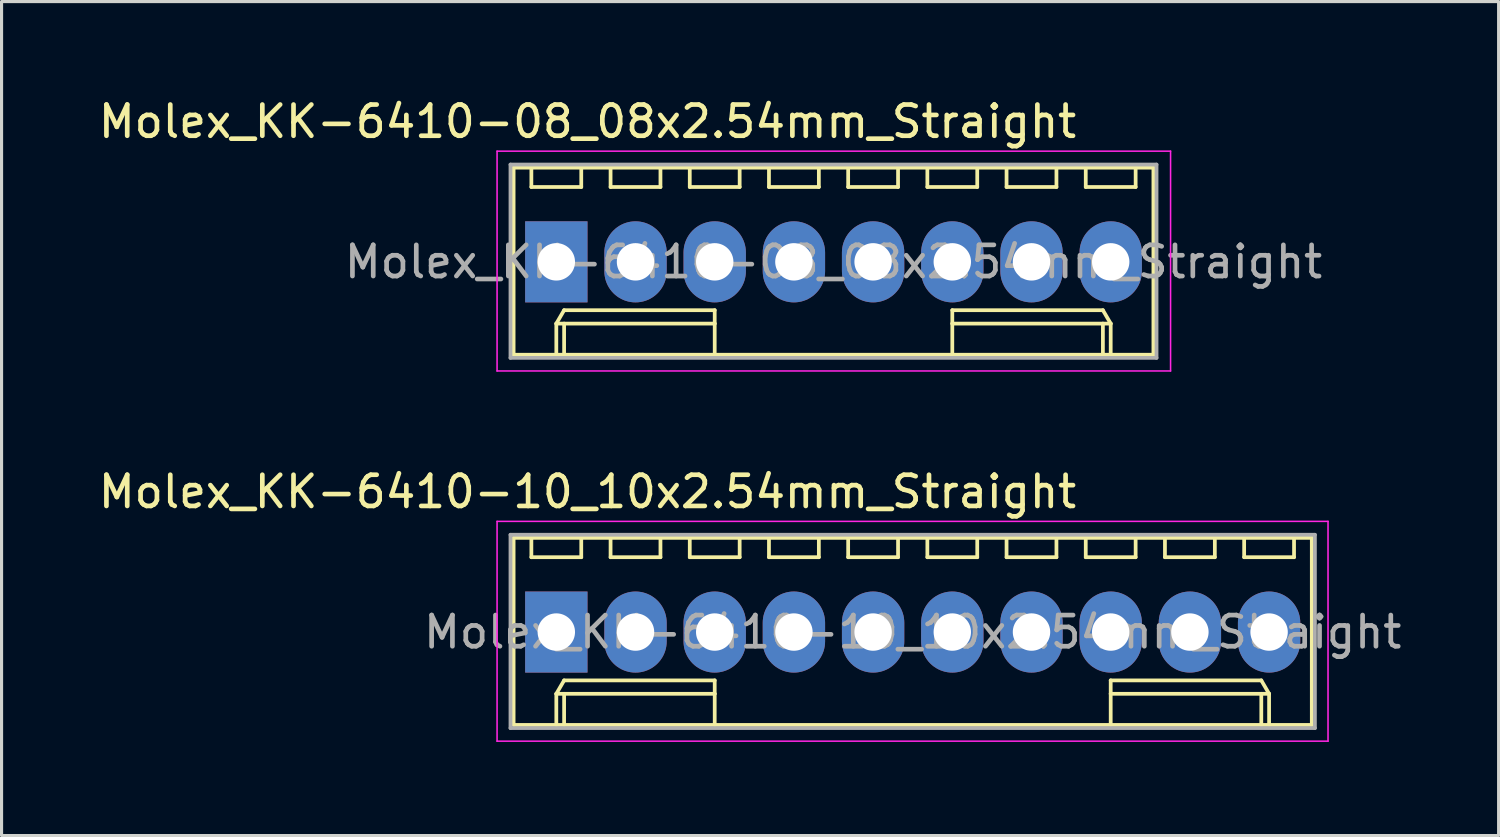
<source format=kicad_pcb>
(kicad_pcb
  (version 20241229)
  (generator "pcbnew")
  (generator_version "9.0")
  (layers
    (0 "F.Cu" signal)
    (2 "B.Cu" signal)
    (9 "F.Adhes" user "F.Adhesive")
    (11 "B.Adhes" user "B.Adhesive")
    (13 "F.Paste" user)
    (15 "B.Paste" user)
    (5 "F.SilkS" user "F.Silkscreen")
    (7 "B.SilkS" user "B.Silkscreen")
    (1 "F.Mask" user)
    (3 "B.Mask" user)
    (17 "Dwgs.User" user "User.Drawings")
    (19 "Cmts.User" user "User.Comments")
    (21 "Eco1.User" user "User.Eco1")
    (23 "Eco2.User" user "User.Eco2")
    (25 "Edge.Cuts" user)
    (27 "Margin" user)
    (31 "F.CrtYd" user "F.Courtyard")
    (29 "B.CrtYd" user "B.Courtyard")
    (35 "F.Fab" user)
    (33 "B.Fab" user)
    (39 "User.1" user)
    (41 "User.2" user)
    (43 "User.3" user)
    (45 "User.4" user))
  (footprint "Molex_KK-6410-10_10x2.54mm_Straight"
    (layer "F.Cu")
    (at 14.792 17.221)
    (property "Reference" "Molex_KK-6410-10_10x2.54mm_Straight" (at 1 -4.5 0) (layer "F.SilkS") (effects (font (size 1 1) (thickness 0.15))))
    (attr through_hole)
    (fp_line (start -1.37 -3.02) (end -1.37 2.98) (stroke (width 0.12) (type solid)) (layer "F.SilkS"))
    (fp_line (start -1.37 2.98) (end 24.23 2.98) (stroke (width 0.12) (type solid)) (layer "F.SilkS"))
    (fp_line (start -0.8 -3.02) (end -0.8 -2.4) (stroke (width 0.12) (type solid)) (layer "F.SilkS"))
    (fp_line (start -0.8 -2.4) (end 0.8 -2.4) (stroke (width 0.12) (type solid)) (layer "F.SilkS"))
    (fp_line (start 0 1.98) (end 0.25 1.55) (stroke (width 0.12) (type solid)) (layer "F.SilkS"))
    (fp_line (start 0 1.98) (end 5.08 1.98) (stroke (width 0.12) (type solid)) (layer "F.SilkS"))
    (fp_line (start 0 2.98) (end 0 1.98) (stroke (width 0.12) (type solid)) (layer "F.SilkS"))
    (fp_line (start 0.25 1.55) (end 5.08 1.55) (stroke (width 0.12) (type solid)) (layer "F.SilkS"))
    (fp_line (start 0.25 2.98) (end 0.25 1.98) (stroke (width 0.12) (type solid)) (layer "F.SilkS"))
    (fp_line (start 0.8 -2.4) (end 0.8 -3.02) (stroke (width 0.12) (type solid)) (layer "F.SilkS"))
    (fp_line (start 1.74 -3.02) (end 1.74 -2.4) (stroke (width 0.12) (type solid)) (layer "F.SilkS"))
    (fp_line (start 1.74 -2.4) (end 3.34 -2.4) (stroke (width 0.12) (type solid)) (layer "F.SilkS"))
    (fp_line (start 3.34 -2.4) (end 3.34 -3.02) (stroke (width 0.12) (type solid)) (layer "F.SilkS"))
    (fp_line (start 4.28 -3.02) (end 4.28 -2.4) (stroke (width 0.12) (type solid)) (layer "F.SilkS"))
    (fp_line (start 4.28 -2.4) (end 5.88 -2.4) (stroke (width 0.12) (type solid)) (layer "F.SilkS"))
    (fp_line (start 5.08 1.55) (end 5.08 1.98) (stroke (width 0.12) (type solid)) (layer "F.SilkS"))
    (fp_line (start 5.08 1.98) (end 5.08 2.98) (stroke (width 0.12) (type solid)) (layer "F.SilkS"))
    (fp_line (start 5.88 -2.4) (end 5.88 -3.02) (stroke (width 0.12) (type solid)) (layer "F.SilkS"))
    (fp_line (start 6.82 -3.02) (end 6.82 -2.4) (stroke (width 0.12) (type solid)) (layer "F.SilkS"))
    (fp_line (start 6.82 -2.4) (end 8.42 -2.4) (stroke (width 0.12) (type solid)) (layer "F.SilkS"))
    (fp_line (start 8.42 -2.4) (end 8.42 -3.02) (stroke (width 0.12) (type solid)) (layer "F.SilkS"))
    (fp_line (start 9.36 -3.02) (end 9.36 -2.4) (stroke (width 0.12) (type solid)) (layer "F.SilkS"))
    (fp_line (start 9.36 -2.4) (end 10.96 -2.4) (stroke (width 0.12) (type solid)) (layer "F.SilkS"))
    (fp_line (start 10.96 -2.4) (end 10.96 -3.02) (stroke (width 0.12) (type solid)) (layer "F.SilkS"))
    (fp_line (start 11.9 -3.02) (end 11.9 -2.4) (stroke (width 0.12) (type solid)) (layer "F.SilkS"))
    (fp_line (start 11.9 -2.4) (end 13.5 -2.4) (stroke (width 0.12) (type solid)) (layer "F.SilkS"))
    (fp_line (start 13.5 -2.4) (end 13.5 -3.02) (stroke (width 0.12) (type solid)) (layer "F.SilkS"))
    (fp_line (start 14.44 -3.02) (end 14.44 -2.4) (stroke (width 0.12) (type solid)) (layer "F.SilkS"))
    (fp_line (start 14.44 -2.4) (end 16.04 -2.4) (stroke (width 0.12) (type solid)) (layer "F.SilkS"))
    (fp_line (start 16.04 -2.4) (end 16.04 -3.02) (stroke (width 0.12) (type solid)) (layer "F.SilkS"))
    (fp_line (start 16.98 -3.02) (end 16.98 -2.4) (stroke (width 0.12) (type solid)) (layer "F.SilkS"))
    (fp_line (start 16.98 -2.4) (end 18.58 -2.4) (stroke (width 0.12) (type solid)) (layer "F.SilkS"))
    (fp_line (start 17.78 1.55) (end 17.78 1.98) (stroke (width 0.12) (type solid)) (layer "F.SilkS"))
    (fp_line (start 17.78 1.98) (end 17.78 2.98) (stroke (width 0.12) (type solid)) (layer "F.SilkS"))
    (fp_line (start 18.58 -2.4) (end 18.58 -3.02) (stroke (width 0.12) (type solid)) (layer "F.SilkS"))
    (fp_line (start 19.52 -3.02) (end 19.52 -2.4) (stroke (width 0.12) (type solid)) (layer "F.SilkS"))
    (fp_line (start 19.52 -2.4) (end 21.12 -2.4) (stroke (width 0.12) (type solid)) (layer "F.SilkS"))
    (fp_line (start 21.12 -2.4) (end 21.12 -3.02) (stroke (width 0.12) (type solid)) (layer "F.SilkS"))
    (fp_line (start 22.06 -3.02) (end 22.06 -2.4) (stroke (width 0.12) (type solid)) (layer "F.SilkS"))
    (fp_line (start 22.06 -2.4) (end 23.66 -2.4) (stroke (width 0.12) (type solid)) (layer "F.SilkS"))
    (fp_line (start 22.61 1.55) (end 17.78 1.55) (stroke (width 0.12) (type solid)) (layer "F.SilkS"))
    (fp_line (start 22.61 2.98) (end 22.61 1.98) (stroke (width 0.12) (type solid)) (layer "F.SilkS"))
    (fp_line (start 22.86 1.98) (end 17.78 1.98) (stroke (width 0.12) (type solid)) (layer "F.SilkS"))
    (fp_line (start 22.86 1.98) (end 22.61 1.55) (stroke (width 0.12) (type solid)) (layer "F.SilkS"))
    (fp_line (start 22.86 2.98) (end 22.86 1.98) (stroke (width 0.12) (type solid)) (layer "F.SilkS"))
    (fp_line (start 23.66 -2.4) (end 23.66 -3.02) (stroke (width 0.12) (type solid)) (layer "F.SilkS"))
    (fp_line (start 24.23 -3.02) (end -1.37 -3.02) (stroke (width 0.12) (type solid)) (layer "F.SilkS"))
    (fp_line (start 24.23 2.98) (end 24.23 -3.02) (stroke (width 0.12) (type solid)) (layer "F.SilkS"))
    (fp_line (start -1.9 -3.55) (end 24.75 -3.55) (stroke (width 0.05) (type solid)) (layer "F.CrtYd"))
    (fp_line (start -1.9 3.5) (end -1.9 -3.55) (stroke (width 0.05) (type solid)) (layer "F.CrtYd"))
    (fp_line (start 24.75 -3.55) (end 24.75 3.5) (stroke (width 0.05) (type solid)) (layer "F.CrtYd"))
    (fp_line (start 24.75 3.5) (end -1.9 3.5) (stroke (width 0.05) (type solid)) (layer "F.CrtYd"))
    (fp_line (start -1.47 -3.12) (end -1.47 3.08) (stroke (width 0.12) (type solid)) (layer "F.Fab"))
    (fp_line (start -1.47 3.08) (end 24.33 3.08) (stroke (width 0.12) (type solid)) (layer "F.Fab"))
    (fp_line (start 24.33 -3.12) (end -1.47 -3.12) (stroke (width 0.12) (type solid)) (layer "F.Fab"))
    (fp_line (start 24.33 3.08) (end 24.33 -3.12) (stroke (width 0.12) (type solid)) (layer "F.Fab"))
    (fp_text user "${REFERENCE}" (at 11.43 0 0) (layer "F.Fab") (effects (font (size 1 1) (thickness 0.15))))
    (pad "1" thru_hole rect (at 0 0) (size 2 2.6) (drill 1.2) (layers "*.Cu" "*.Mask"))
    (pad "2" thru_hole oval (at 2.54 0) (size 2 2.6) (drill 1.2) (layers "*.Cu" "*.Mask"))
    (pad "3" thru_hole oval (at 5.08 0) (size 2 2.6) (drill 1.2) (layers "*.Cu" "*.Mask"))
    (pad "4" thru_hole oval (at 7.62 0) (size 2 2.6) (drill 1.2) (layers "*.Cu" "*.Mask"))
    (pad "5" thru_hole oval (at 10.16 0) (size 2 2.6) (drill 1.2) (layers "*.Cu" "*.Mask"))
    (pad "6" thru_hole oval (at 12.7 0) (size 2 2.6) (drill 1.2) (layers "*.Cu" "*.Mask"))
    (pad "7" thru_hole oval (at 15.24 0) (size 2 2.6) (drill 1.2) (layers "*.Cu" "*.Mask"))
    (pad "8" thru_hole oval (at 17.78 0) (size 2 2.6) (drill 1.2) (layers "*.Cu" "*.Mask"))
    (pad "9" thru_hole oval (at 20.32 0) (size 2 2.6) (drill 1.2) (layers "*.Cu" "*.Mask"))
    (pad "10" thru_hole oval (at 22.86 0) (size 2 2.6) (drill 1.2) (layers "*.Cu" "*.Mask")))
  (footprint "Molex_KK-6410-08_08x2.54mm_Straight"
    (layer "F.Cu")
    (at 14.792 5.348)
    (property "Reference" "Molex_KK-6410-08_08x2.54mm_Straight" (at 1 -4.5 0) (layer "F.SilkS") (effects (font (size 1 1) (thickness 0.15))))
    (attr through_hole)
    (fp_line (start -1.37 -3.02) (end -1.37 2.98) (stroke (width 0.12) (type solid)) (layer "F.SilkS"))
    (fp_line (start -1.37 2.98) (end 19.15 2.98) (stroke (width 0.12) (type solid)) (layer "F.SilkS"))
    (fp_line (start -0.8 -3.02) (end -0.8 -2.4) (stroke (width 0.12) (type solid)) (layer "F.SilkS"))
    (fp_line (start -0.8 -2.4) (end 0.8 -2.4) (stroke (width 0.12) (type solid)) (layer "F.SilkS"))
    (fp_line (start 0 1.98) (end 0.25 1.55) (stroke (width 0.12) (type solid)) (layer "F.SilkS"))
    (fp_line (start 0 1.98) (end 5.08 1.98) (stroke (width 0.12) (type solid)) (layer "F.SilkS"))
    (fp_line (start 0 2.98) (end 0 1.98) (stroke (width 0.12) (type solid)) (layer "F.SilkS"))
    (fp_line (start 0.25 1.55) (end 5.08 1.55) (stroke (width 0.12) (type solid)) (layer "F.SilkS"))
    (fp_line (start 0.25 2.98) (end 0.25 1.98) (stroke (width 0.12) (type solid)) (layer "F.SilkS"))
    (fp_line (start 0.8 -2.4) (end 0.8 -3.02) (stroke (width 0.12) (type solid)) (layer "F.SilkS"))
    (fp_line (start 1.74 -3.02) (end 1.74 -2.4) (stroke (width 0.12) (type solid)) (layer "F.SilkS"))
    (fp_line (start 1.74 -2.4) (end 3.34 -2.4) (stroke (width 0.12) (type solid)) (layer "F.SilkS"))
    (fp_line (start 3.34 -2.4) (end 3.34 -3.02) (stroke (width 0.12) (type solid)) (layer "F.SilkS"))
    (fp_line (start 4.28 -3.02) (end 4.28 -2.4) (stroke (width 0.12) (type solid)) (layer "F.SilkS"))
    (fp_line (start 4.28 -2.4) (end 5.88 -2.4) (stroke (width 0.12) (type solid)) (layer "F.SilkS"))
    (fp_line (start 5.08 1.55) (end 5.08 1.98) (stroke (width 0.12) (type solid)) (layer "F.SilkS"))
    (fp_line (start 5.08 1.98) (end 5.08 2.98) (stroke (width 0.12) (type solid)) (layer "F.SilkS"))
    (fp_line (start 5.88 -2.4) (end 5.88 -3.02) (stroke (width 0.12) (type solid)) (layer "F.SilkS"))
    (fp_line (start 6.82 -3.02) (end 6.82 -2.4) (stroke (width 0.12) (type solid)) (layer "F.SilkS"))
    (fp_line (start 6.82 -2.4) (end 8.42 -2.4) (stroke (width 0.12) (type solid)) (layer "F.SilkS"))
    (fp_line (start 8.42 -2.4) (end 8.42 -3.02) (stroke (width 0.12) (type solid)) (layer "F.SilkS"))
    (fp_line (start 9.36 -3.02) (end 9.36 -2.4) (stroke (width 0.12) (type solid)) (layer "F.SilkS"))
    (fp_line (start 9.36 -2.4) (end 10.96 -2.4) (stroke (width 0.12) (type solid)) (layer "F.SilkS"))
    (fp_line (start 10.96 -2.4) (end 10.96 -3.02) (stroke (width 0.12) (type solid)) (layer "F.SilkS"))
    (fp_line (start 11.9 -3.02) (end 11.9 -2.4) (stroke (width 0.12) (type solid)) (layer "F.SilkS"))
    (fp_line (start 11.9 -2.4) (end 13.5 -2.4) (stroke (width 0.12) (type solid)) (layer "F.SilkS"))
    (fp_line (start 12.7 1.55) (end 12.7 1.98) (stroke (width 0.12) (type solid)) (layer "F.SilkS"))
    (fp_line (start 12.7 1.98) (end 12.7 2.98) (stroke (width 0.12) (type solid)) (layer "F.SilkS"))
    (fp_line (start 13.5 -2.4) (end 13.5 -3.02) (stroke (width 0.12) (type solid)) (layer "F.SilkS"))
    (fp_line (start 14.44 -3.02) (end 14.44 -2.4) (stroke (width 0.12) (type solid)) (layer "F.SilkS"))
    (fp_line (start 14.44 -2.4) (end 16.04 -2.4) (stroke (width 0.12) (type solid)) (layer "F.SilkS"))
    (fp_line (start 16.04 -2.4) (end 16.04 -3.02) (stroke (width 0.12) (type solid)) (layer "F.SilkS"))
    (fp_line (start 16.98 -3.02) (end 16.98 -2.4) (stroke (width 0.12) (type solid)) (layer "F.SilkS"))
    (fp_line (start 16.98 -2.4) (end 18.58 -2.4) (stroke (width 0.12) (type solid)) (layer "F.SilkS"))
    (fp_line (start 17.53 1.55) (end 12.7 1.55) (stroke (width 0.12) (type solid)) (layer "F.SilkS"))
    (fp_line (start 17.53 2.98) (end 17.53 1.98) (stroke (width 0.12) (type solid)) (layer "F.SilkS"))
    (fp_line (start 17.78 1.98) (end 12.7 1.98) (stroke (width 0.12) (type solid)) (layer "F.SilkS"))
    (fp_line (start 17.78 1.98) (end 17.53 1.55) (stroke (width 0.12) (type solid)) (layer "F.SilkS"))
    (fp_line (start 17.78 2.98) (end 17.78 1.98) (stroke (width 0.12) (type solid)) (layer "F.SilkS"))
    (fp_line (start 18.58 -2.4) (end 18.58 -3.02) (stroke (width 0.12) (type solid)) (layer "F.SilkS"))
    (fp_line (start 19.15 -3.02) (end -1.37 -3.02) (stroke (width 0.12) (type solid)) (layer "F.SilkS"))
    (fp_line (start 19.15 2.98) (end 19.15 -3.02) (stroke (width 0.12) (type solid)) (layer "F.SilkS"))
    (fp_line (start -1.9 -3.55) (end 19.7 -3.55) (stroke (width 0.05) (type solid)) (layer "F.CrtYd"))
    (fp_line (start -1.9 3.5) (end -1.9 -3.55) (stroke (width 0.05) (type solid)) (layer "F.CrtYd"))
    (fp_line (start 19.7 -3.55) (end 19.7 3.5) (stroke (width 0.05) (type solid)) (layer "F.CrtYd"))
    (fp_line (start 19.7 3.5) (end -1.9 3.5) (stroke (width 0.05) (type solid)) (layer "F.CrtYd"))
    (fp_line (start -1.47 -3.12) (end -1.47 3.08) (stroke (width 0.12) (type solid)) (layer "F.Fab"))
    (fp_line (start -1.47 3.08) (end 19.25 3.08) (stroke (width 0.12) (type solid)) (layer "F.Fab"))
    (fp_line (start 19.25 -3.12) (end -1.47 -3.12) (stroke (width 0.12) (type solid)) (layer "F.Fab"))
    (fp_line (start 19.25 3.08) (end 19.25 -3.12) (stroke (width 0.12) (type solid)) (layer "F.Fab"))
    (fp_text user "${REFERENCE}" (at 8.89 0 0) (layer "F.Fab") (effects (font (size 1 1) (thickness 0.15))))
    (pad "1" thru_hole rect (at 0 0) (size 2 2.6) (drill 1.2) (layers "*.Cu" "*.Mask"))
    (pad "2" thru_hole oval (at 2.54 0) (size 2 2.6) (drill 1.2) (layers "*.Cu" "*.Mask"))
    (pad "3" thru_hole oval (at 5.08 0) (size 2 2.6) (drill 1.2) (layers "*.Cu" "*.Mask"))
    (pad "4" thru_hole oval (at 7.62 0) (size 2 2.6) (drill 1.2) (layers "*.Cu" "*.Mask"))
    (pad "5" thru_hole oval (at 10.16 0) (size 2 2.6) (drill 1.2) (layers "*.Cu" "*.Mask"))
    (pad "6" thru_hole oval (at 12.7 0) (size 2 2.6) (drill 1.2) (layers "*.Cu" "*.Mask"))
    (pad "7" thru_hole oval (at 15.24 0) (size 2 2.6) (drill 1.2) (layers "*.Cu" "*.Mask"))
    (pad "8" thru_hole oval (at 17.78 0) (size 2 2.6) (drill 1.2) (layers "*.Cu" "*.Mask")))
  (gr_rect
    (start -3 -3)
    (end 45.013 23.747)
    (stroke (width 0.1) (type default))
    (fill no)
    (layer "Edge.Cuts")))
</source>
